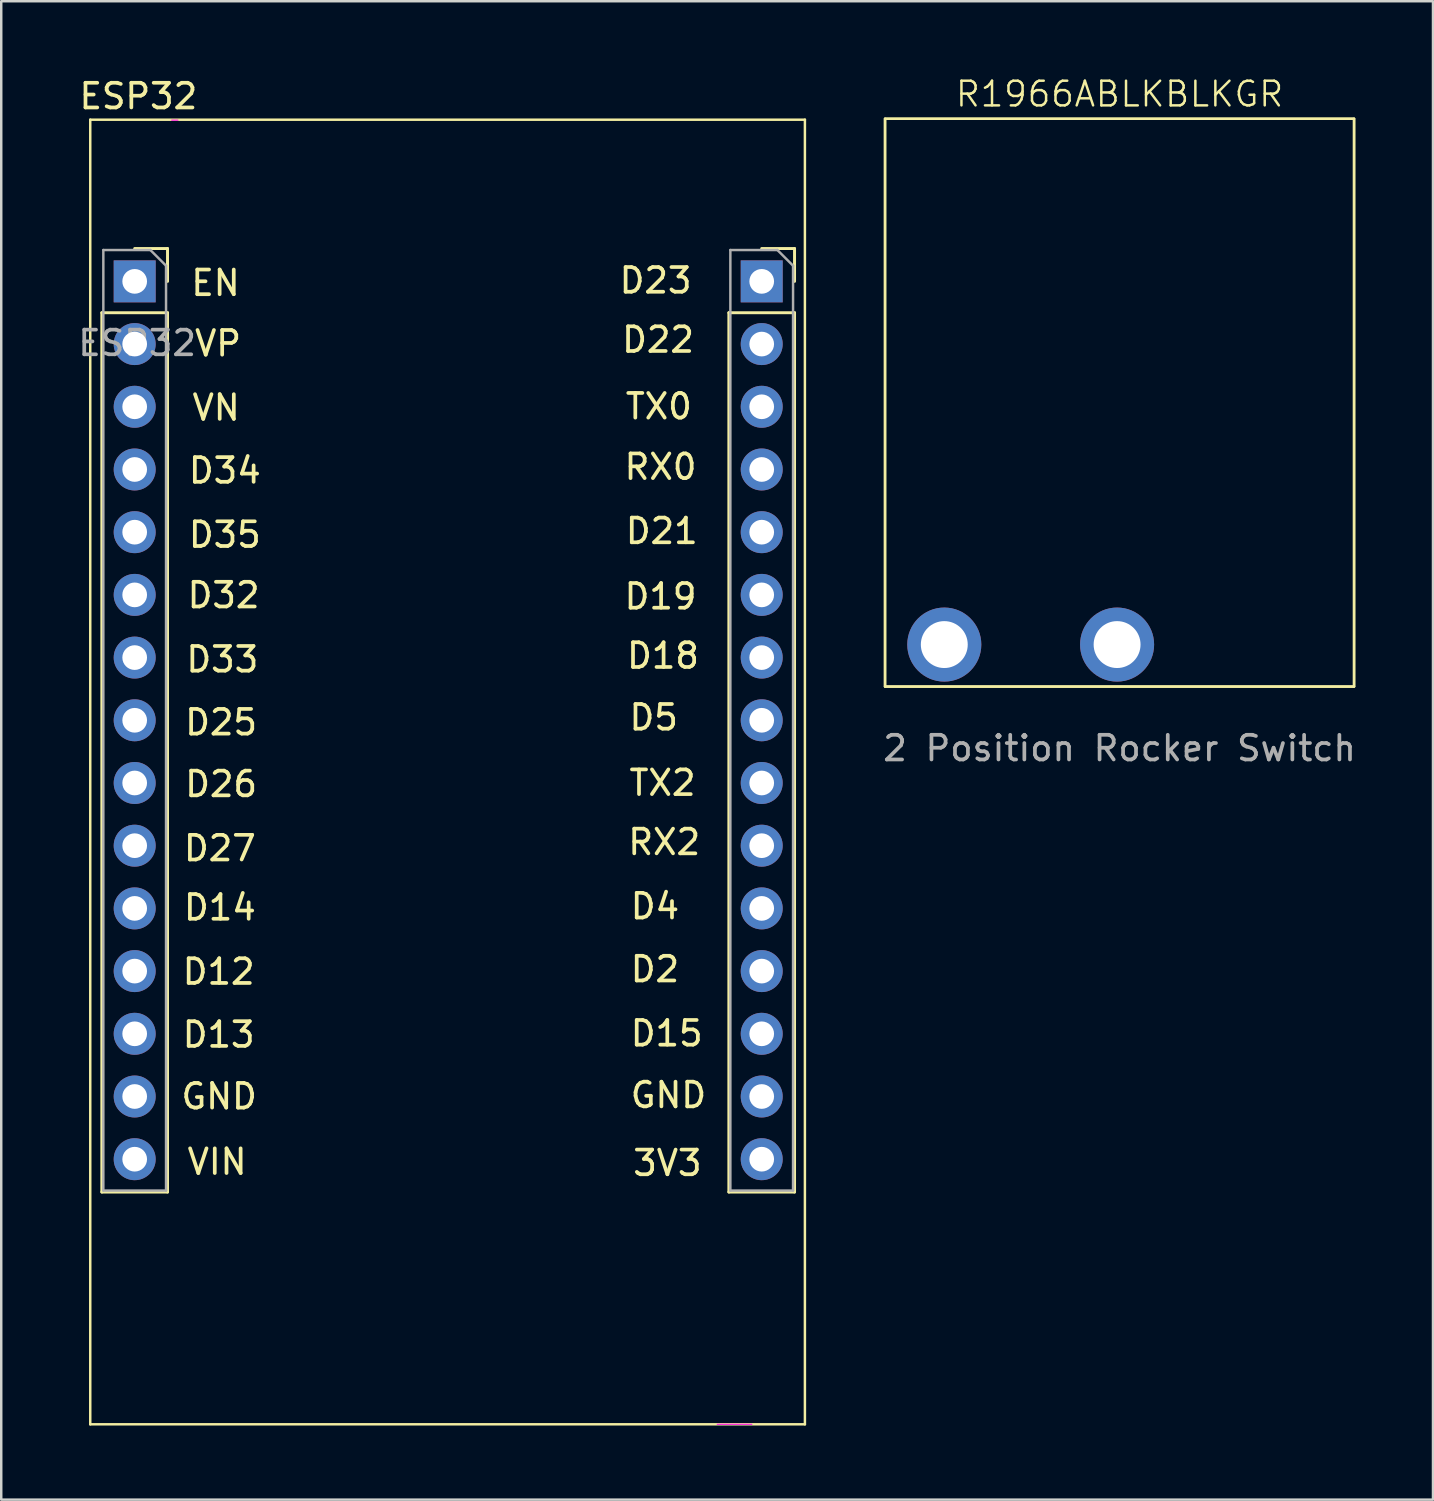
<source format=kicad_pcb>
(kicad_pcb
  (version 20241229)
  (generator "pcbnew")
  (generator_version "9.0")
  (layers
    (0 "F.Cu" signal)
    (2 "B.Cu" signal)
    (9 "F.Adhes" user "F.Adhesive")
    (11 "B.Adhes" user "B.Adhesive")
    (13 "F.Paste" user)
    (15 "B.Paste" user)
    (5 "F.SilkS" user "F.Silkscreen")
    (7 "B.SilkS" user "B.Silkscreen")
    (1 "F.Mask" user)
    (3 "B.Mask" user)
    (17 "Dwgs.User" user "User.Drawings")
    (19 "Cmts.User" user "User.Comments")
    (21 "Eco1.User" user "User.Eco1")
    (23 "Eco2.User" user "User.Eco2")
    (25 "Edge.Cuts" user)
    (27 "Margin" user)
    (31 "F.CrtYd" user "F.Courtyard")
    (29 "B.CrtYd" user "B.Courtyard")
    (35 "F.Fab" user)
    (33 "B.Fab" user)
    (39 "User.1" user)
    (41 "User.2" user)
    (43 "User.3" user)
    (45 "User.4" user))
  (footprint "R1966ABLKBLKGR"
    (layer "F.Cu")
    (at 42.302 12.761)
    (property "Reference" "R1966ABLKBLKGR" (at 0 -12 0) (unlocked yes) (layer "F.SilkS") (effects (font (size 1 1) (thickness 0.1))))
    (attr smd)
    (fp_line (start -9.5 -11) (end 9.5 -11) (stroke (width 0.1) (type default)) (layer "F.SilkS"))
    (fp_line (start -9.5 12) (end -9.5 -11) (stroke (width 0.1) (type default)) (layer "F.SilkS"))
    (fp_line (start 9.5 -11) (end 9.5 12) (stroke (width 0.1) (type default)) (layer "F.SilkS"))
    (fp_line (start 9.5 12) (end -9.5 12) (stroke (width 0.1) (type default)) (layer "F.SilkS"))
    (fp_rect (start -9.5 -11) (end 9.5 12) (stroke (width 0.1) (type default)) (fill no) (layer "F.SilkS"))
    (fp_text user "2 Position Rocker Switch" (at 0 14.5 0) (unlocked yes) (layer "F.Fab") (effects (font (size 1 1) (thickness 0.15))))
    (pad "1" thru_hole circle (at -7.1 10.3) (size 3 3) (drill 1.9) (layers "*.Cu" "*.Mask"))
    (pad "2" thru_hole circle (at -0.1 10.3) (size 3 3) (drill 1.9) (layers "*.Cu" "*.Mask"))
    (zone (net_name "") (layer "F.SilkS") (hatch edge 0.5) (connect_pads) (min_thickness 0.25) (filled_areas_thickness no) (keepout (tracks allowed) (vias allowed) (pads not_allowed) (copperpour allowed) (footprints not_allowed)) (placement (enabled no)) (fill) (polygon (pts (xy 32.802 1.76) (xy 51.802 1.76) (xy 51.802 24.761) (xy 32.802 24.761)))))
  (footprint "ESP32"
    (layer "F.Cu")
    (at 2.506 8.348)
    (property "Reference" "ESP32" (at 0.05 -7.5 0) (unlocked yes) (layer "F.SilkS") (effects (font (size 1 1) (thickness 0.15))))
    (attr smd)
    (fp_line (start -1.9 -6.55) (end 27.05 -6.55) (stroke (width 0.1) (type default)) (layer "F.SilkS"))
    (fp_line (start -1.9 46.3) (end -1.9 -6.55) (stroke (width 0.1) (type default)) (layer "F.SilkS"))
    (fp_line (start -1.43 1.27) (end -1.43 36.89) (stroke (width 0.12) (type solid)) (layer "F.SilkS"))
    (fp_line (start -1.43 1.27) (end 1.23 1.27) (stroke (width 0.12) (type solid)) (layer "F.SilkS"))
    (fp_line (start -1.43 36.89) (end 1.23 36.89) (stroke (width 0.12) (type solid)) (layer "F.SilkS"))
    (fp_line (start -0.1 -1.33) (end 1.23 -1.33) (stroke (width 0.12) (type solid)) (layer "F.SilkS"))
    (fp_line (start 1.23 -1.33) (end 1.23 0) (stroke (width 0.12) (type solid)) (layer "F.SilkS"))
    (fp_line (start 1.23 1.27) (end 1.23 36.89) (stroke (width 0.12) (type solid)) (layer "F.SilkS"))
    (fp_line (start 23.97 1.27) (end 23.97 36.89) (stroke (width 0.12) (type solid)) (layer "F.SilkS"))
    (fp_line (start 23.97 1.27) (end 26.63 1.27) (stroke (width 0.12) (type solid)) (layer "F.SilkS"))
    (fp_line (start 23.97 36.89) (end 26.63 36.89) (stroke (width 0.12) (type solid)) (layer "F.SilkS"))
    (fp_line (start 25.3 -1.33) (end 26.63 -1.33) (stroke (width 0.12) (type solid)) (layer "F.SilkS"))
    (fp_line (start 26.63 -1.33) (end 26.63 0) (stroke (width 0.12) (type solid)) (layer "F.SilkS"))
    (fp_line (start 26.63 1.27) (end 26.63 36.89) (stroke (width 0.12) (type solid)) (layer "F.SilkS"))
    (fp_line (start 27.05 -6.55) (end 27.05 46.3) (stroke (width 0.1) (type default)) (layer "F.SilkS"))
    (fp_line (start 27.05 46.3) (end -1.9 46.3) (stroke (width 0.1) (type default)) (layer "F.SilkS"))
    (fp_line (start 1.65 -6.53) (end 1.4 -6.53) (stroke (width 0.05) (type default)) (layer "F.CrtYd"))
    (fp_line (start 24.9 46.3) (end 23.5 46.3) (stroke (width 0.05) (type default)) (layer "F.CrtYd"))
    (fp_line (start -1.37 -1.27) (end 0.535 -1.27) (stroke (width 0.1) (type solid)) (layer "F.Fab"))
    (fp_line (start -1.37 36.83) (end -1.37 -1.27) (stroke (width 0.1) (type solid)) (layer "F.Fab"))
    (fp_line (start 0.535 -1.27) (end 1.17 -0.635) (stroke (width 0.1) (type solid)) (layer "F.Fab"))
    (fp_line (start 1.17 -0.635) (end 1.17 36.83) (stroke (width 0.1) (type solid)) (layer "F.Fab"))
    (fp_line (start 1.17 36.83) (end -1.37 36.83) (stroke (width 0.1) (type solid)) (layer "F.Fab"))
    (fp_line (start 24.03 -1.27) (end 25.935 -1.27) (stroke (width 0.1) (type solid)) (layer "F.Fab"))
    (fp_line (start 24.03 36.83) (end 24.03 -1.27) (stroke (width 0.1) (type solid)) (layer "F.Fab"))
    (fp_line (start 25.935 -1.27) (end 26.57 -0.635) (stroke (width 0.1) (type solid)) (layer "F.Fab"))
    (fp_line (start 26.57 -0.635) (end 26.57 36.83) (stroke (width 0.1) (type solid)) (layer "F.Fab"))
    (fp_line (start 26.57 36.83) (end 24.03 36.83) (stroke (width 0.1) (type solid)) (layer "F.Fab"))
    (fp_text user "D4" (at 19.9 25.9 0) (unlocked yes) (layer "F.SilkS") (effects (font (size 1 1) (thickness 0.15)) (justify left bottom)))
    (fp_text user "VN" (at 2.15 5.7 0) (unlocked yes) (layer "F.SilkS") (effects (font (size 1 1) (thickness 0.15)) (justify left bottom)))
    (fp_text user "RX2" (at 19.8 23.3 0) (unlocked yes) (layer "F.SilkS") (effects (font (size 1 1) (thickness 0.15)) (justify left bottom)))
    (fp_text user "D23" (at 19.45 0.55 0) (unlocked yes) (layer "F.SilkS") (effects (font (size 1 1) (thickness 0.15)) (justify left bottom)))
    (fp_text user "D22" (at 19.55 2.95 0) (unlocked yes) (layer "F.SilkS") (effects (font (size 1 1) (thickness 0.15)) (justify left bottom)))
    (fp_text user "D27" (at 1.8 23.55 0) (unlocked yes) (layer "F.SilkS") (effects (font (size 1 1) (thickness 0.15)) (justify left bottom)))
    (fp_text user "TX0" (at 19.7 5.65 0) (unlocked yes) (layer "F.SilkS") (effects (font (size 1 1) (thickness 0.15)) (justify left bottom)))
    (fp_text user "D33" (at 1.9 15.9 0) (unlocked yes) (layer "F.SilkS") (effects (font (size 1 1) (thickness 0.15)) (justify left bottom)))
    (fp_text user "3V3" (at 20 36.3 0) (unlocked yes) (layer "F.SilkS") (effects (font (size 1 1) (thickness 0.15)) (justify left bottom)))
    (fp_text user "D18" (at 19.75 15.75 0) (unlocked yes) (layer "F.SilkS") (effects (font (size 1 1) (thickness 0.15)) (justify left bottom)))
    (fp_text user "TX2" (at 19.85 20.9 0) (unlocked yes) (layer "F.SilkS") (effects (font (size 1 1) (thickness 0.15)) (justify left bottom)))
    (fp_text user "D26" (at 1.85 20.95 0) (unlocked yes) (layer "F.SilkS") (effects (font (size 1 1) (thickness 0.15)) (justify left bottom)))
    (fp_text user "D5" (at 19.85 18.25 0) (unlocked yes) (layer "F.SilkS") (effects (font (size 1 1) (thickness 0.15)) (justify left bottom)))
    (fp_text user "VIN" (at 1.95 36.25 0) (unlocked yes) (layer "F.SilkS") (effects (font (size 1 1) (thickness 0.15)) (justify left bottom)))
    (fp_text user "D19" (at 19.65 13.35 0) (unlocked yes) (layer "F.SilkS") (effects (font (size 1 1) (thickness 0.15)) (justify left bottom)))
    (fp_text user "D14" (at 1.8 25.95 0) (unlocked yes) (layer "F.SilkS") (effects (font (size 1 1) (thickness 0.15)) (justify left bottom)))
    (fp_text user "D25" (at 1.85 18.45 0) (unlocked yes) (layer "F.SilkS") (effects (font (size 1 1) (thickness 0.15)) (justify left bottom)))
    (fp_text user "D12" (at 1.75 28.55 0) (unlocked yes) (layer "F.SilkS") (effects (font (size 1 1) (thickness 0.15)) (justify left bottom)))
    (fp_text user "GND" (at 1.7 33.6 0) (unlocked yes) (layer "F.SilkS") (effects (font (size 1 1) (thickness 0.15)) (justify left bottom)))
    (fp_text user "GND" (at 19.9 33.55 0) (unlocked yes) (layer "F.SilkS") (effects (font (size 1 1) (thickness 0.15)) (justify left bottom)))
    (fp_text user "D32" (at 1.95 13.3 0) (unlocked yes) (layer "F.SilkS") (effects (font (size 1 1) (thickness 0.15)) (justify left bottom)))
    (fp_text user "D13" (at 1.75 31.1 0) (unlocked yes) (layer "F.SilkS") (effects (font (size 1 1) (thickness 0.15)) (justify left bottom)))
    (fp_text user "D2" (at 19.9 28.45 0) (unlocked yes) (layer "F.SilkS") (effects (font (size 1 1) (thickness 0.15)) (justify left bottom)))
    (fp_text user "D35" (at 2 10.85 0) (unlocked yes) (layer "F.SilkS") (effects (font (size 1 1) (thickness 0.15)) (justify left bottom)))
    (fp_text user "D34" (at 2 8.25 0) (unlocked yes) (layer "F.SilkS") (effects (font (size 1 1) (thickness 0.15)) (justify left bottom)))
    (fp_text user "D15" (at 19.9 31.05 0) (unlocked yes) (layer "F.SilkS") (effects (font (size 1 1) (thickness 0.15)) (justify left bottom)))
    (fp_text user "D21" (at 19.7 10.7 0) (unlocked yes) (layer "F.SilkS") (effects (font (size 1 1) (thickness 0.15)) (justify left bottom)))
    (fp_text user "EN" (at 2.1 0.65 0) (unlocked yes) (layer "F.SilkS") (effects (font (size 1 1) (thickness 0.15)) (justify left bottom)))
    (fp_text user "RX0" (at 19.65 8.1 0) (unlocked yes) (layer "F.SilkS") (effects (font (size 1 1) (thickness 0.15)) (justify left bottom)))
    (fp_text user "VP" (at 2.25 3.1 0) (unlocked yes) (layer "F.SilkS") (effects (font (size 1 1) (thickness 0.15)) (justify left bottom)))
    (fp_text user "${REFERENCE}" (at 0 2.5 0) (unlocked yes) (layer "F.Fab") (effects (font (size 1 1) (thickness 0.15))))
    (pad "1" thru_hole rect (at -0.1 0) (size 1.7 1.7) (drill 1) (layers "*.Cu" "*.Mask"))
    (pad "2" thru_hole oval (at -0.1 2.54) (size 1.7 1.7) (drill 1) (layers "*.Cu" "*.Mask"))
    (pad "3" thru_hole oval (at -0.1 5.08) (size 1.7 1.7) (drill 1) (layers "*.Cu" "*.Mask"))
    (pad "4" thru_hole oval (at -0.1 7.62) (size 1.7 1.7) (drill 1) (layers "*.Cu" "*.Mask"))
    (pad "5" thru_hole oval (at -0.1 10.16) (size 1.7 1.7) (drill 1) (layers "*.Cu" "*.Mask"))
    (pad "6" thru_hole oval (at -0.1 12.7) (size 1.7 1.7) (drill 1) (layers "*.Cu" "*.Mask"))
    (pad "7" thru_hole oval (at -0.1 15.24) (size 1.7 1.7) (drill 1) (layers "*.Cu" "*.Mask"))
    (pad "8" thru_hole oval (at -0.1 17.78) (size 1.7 1.7) (drill 1) (layers "*.Cu" "*.Mask"))
    (pad "9" thru_hole oval (at -0.1 20.32) (size 1.7 1.7) (drill 1) (layers "*.Cu" "*.Mask"))
    (pad "10" thru_hole oval (at -0.1 22.86) (size 1.7 1.7) (drill 1) (layers "*.Cu" "*.Mask"))
    (pad "11" thru_hole oval (at -0.1 25.4) (size 1.7 1.7) (drill 1) (layers "*.Cu" "*.Mask"))
    (pad "12" thru_hole oval (at -0.1 27.94) (size 1.7 1.7) (drill 1) (layers "*.Cu" "*.Mask"))
    (pad "13" thru_hole oval (at -0.1 30.48) (size 1.7 1.7) (drill 1) (layers "*.Cu" "*.Mask"))
    (pad "14" thru_hole oval (at -0.1 33.02) (size 1.7 1.7) (drill 1) (layers "*.Cu" "*.Mask"))
    (pad "15" thru_hole oval (at -0.1 35.56) (size 1.7 1.7) (drill 1) (layers "*.Cu" "*.Mask"))
    (pad "16" thru_hole oval (at 25.3 35.56) (size 1.7 1.7) (drill 1) (layers "*.Cu" "*.Mask"))
    (pad "17" thru_hole oval (at 25.3 33.02) (size 1.7 1.7) (drill 1) (layers "*.Cu" "*.Mask"))
    (pad "18" thru_hole oval (at 25.3 30.48) (size 1.7 1.7) (drill 1) (layers "*.Cu" "*.Mask"))
    (pad "19" thru_hole oval (at 25.3 27.94) (size 1.7 1.7) (drill 1) (layers "*.Cu" "*.Mask"))
    (pad "20" thru_hole oval (at 25.3 25.4) (size 1.7 1.7) (drill 1) (layers "*.Cu" "*.Mask"))
    (pad "21" thru_hole oval (at 25.3 22.86) (size 1.7 1.7) (drill 1) (layers "*.Cu" "*.Mask"))
    (pad "22" thru_hole oval (at 25.3 20.32) (size 1.7 1.7) (drill 1) (layers "*.Cu" "*.Mask"))
    (pad "23" thru_hole oval (at 25.3 17.78) (size 1.7 1.7) (drill 1) (layers "*.Cu" "*.Mask"))
    (pad "24" thru_hole oval (at 25.3 15.24) (size 1.7 1.7) (drill 1) (layers "*.Cu" "*.Mask"))
    (pad "25" thru_hole oval (at 25.3 12.7) (size 1.7 1.7) (drill 1) (layers "*.Cu" "*.Mask"))
    (pad "26" thru_hole oval (at 25.3 10.16) (size 1.7 1.7) (drill 1) (layers "*.Cu" "*.Mask"))
    (pad "27" thru_hole oval (at 25.3 7.62) (size 1.7 1.7) (drill 1) (layers "*.Cu" "*.Mask"))
    (pad "28" thru_hole oval (at 25.3 5.08) (size 1.7 1.7) (drill 1) (layers "*.Cu" "*.Mask"))
    (pad "29" thru_hole oval (at 25.3 2.54) (size 1.7 1.7) (drill 1) (layers "*.Cu" "*.Mask"))
    (pad "30" thru_hole rect (at 25.3 0) (size 1.7 1.7) (drill 1) (layers "*.Cu" "*.Mask"))
    (zone (net_name "") (layer "F.SilkS") (hatch edge 0.5) (connect_pads) (min_thickness 0.25) (filled_areas_thickness no) (keepout (tracks allowed) (vias allowed) (pads not_allowed) (copperpour allowed) (footprints not_allowed)) (placement (enabled no)) (fill) (polygon (pts (xy 0.606 1.798) (xy 29.556 1.798) (xy 29.556 54.648) (xy 0.606 54.648)))))
  (gr_rect
    (start -3 -3)
    (end 54.999 57.698)
    (stroke (width 0.1) (type default))
    (fill no)
    (layer "Edge.Cuts")))
</source>
